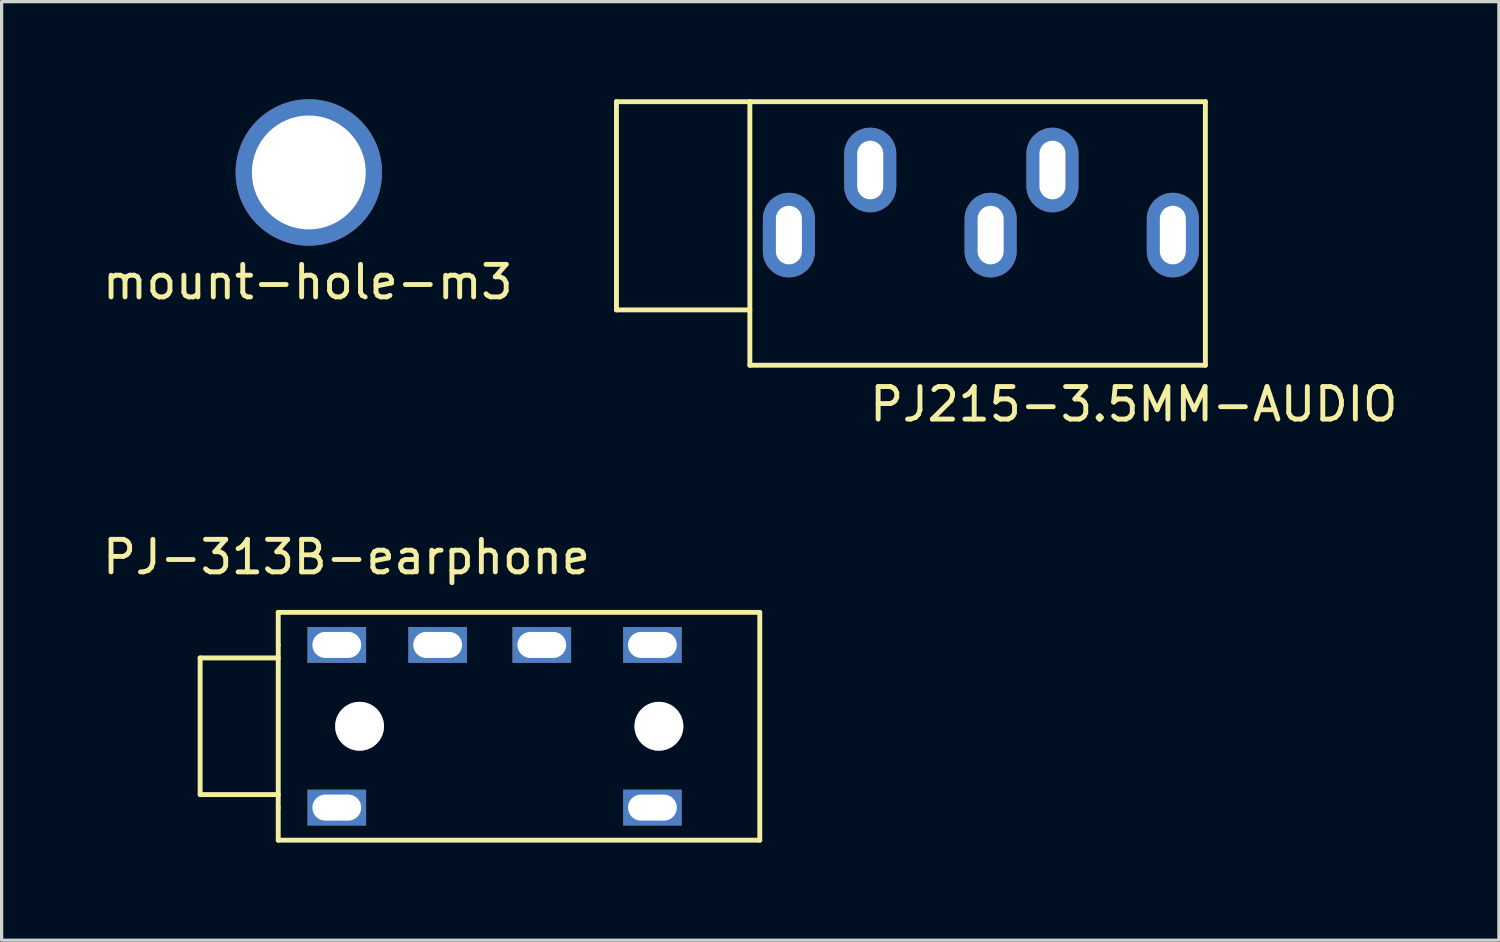
<source format=kicad_pcb>
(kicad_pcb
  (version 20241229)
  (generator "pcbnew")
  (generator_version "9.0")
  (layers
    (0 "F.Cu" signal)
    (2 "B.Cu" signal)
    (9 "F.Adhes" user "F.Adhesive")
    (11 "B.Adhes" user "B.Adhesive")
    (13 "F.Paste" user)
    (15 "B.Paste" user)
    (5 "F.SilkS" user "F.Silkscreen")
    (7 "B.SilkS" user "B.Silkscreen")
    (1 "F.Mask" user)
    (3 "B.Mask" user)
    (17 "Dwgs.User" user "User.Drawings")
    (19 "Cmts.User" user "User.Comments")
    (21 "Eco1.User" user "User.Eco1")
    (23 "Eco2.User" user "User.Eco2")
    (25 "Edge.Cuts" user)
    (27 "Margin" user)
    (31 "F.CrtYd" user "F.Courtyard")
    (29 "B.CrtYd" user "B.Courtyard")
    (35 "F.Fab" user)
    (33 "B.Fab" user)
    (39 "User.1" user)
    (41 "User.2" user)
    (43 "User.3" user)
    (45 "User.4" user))
  (footprint "PJ-313B-earphone"
    (layer "F.Cu")
    (at 7.301 16.771)
    (property "Reference" "PJ-313B-earphone" (at 0.3 -2.7 0) (layer "F.SilkS") (effects (font (size 1 1) (thickness 0.15))))
    (attr through_hole)
    (fp_line (start -4.2 0.4) (end -4.2 4.6) (stroke (width 0.15) (type solid)) (layer "F.SilkS"))
    (fp_line (start -4.2 4.6) (end -1.8 4.6) (stroke (width 0.15) (type solid)) (layer "F.SilkS"))
    (fp_line (start -1.8 -1) (end 13 -1) (stroke (width 0.15) (type solid)) (layer "F.SilkS"))
    (fp_line (start -1.8 0) (end -1.8 -1) (stroke (width 0.15) (type solid)) (layer "F.SilkS"))
    (fp_line (start -1.8 0) (end -1.8 5) (stroke (width 0.15) (type solid)) (layer "F.SilkS"))
    (fp_line (start -1.8 0.4) (end -4.2 0.4) (stroke (width 0.15) (type solid)) (layer "F.SilkS"))
    (fp_line (start -1.8 6) (end -1.8 5) (stroke (width 0.15) (type solid)) (layer "F.SilkS"))
    (fp_line (start 13 -1) (end 13 6) (stroke (width 0.15) (type solid)) (layer "F.SilkS"))
    (fp_line (start 13 6) (end -1.8 6) (stroke (width 0.15) (type solid)) (layer "F.SilkS"))
    (pad "0" thru_hole circle (at 0.7 2.5) (size 1.5 1.5) (drill 1.5) (layers "*.Cu" "*.Mask"))
    (pad "0" thru_hole circle (at 9.9 2.5) (size 1.5 1.5) (drill 1.5) (layers "*.Cu" "*.Mask"))
    (pad "1" thru_hole rect (at 9.7 0) (size 1.8 1.1) (drill oval 1.5 0.8) (layers "*.Cu" "*.Mask"))
    (pad "1" thru_hole rect (at 9.7 5) (size 1.8 1.1) (drill oval 1.5 0.8) (layers "*.Cu" "*.Mask"))
    (pad "2" thru_hole rect (at 6.3 0) (size 1.8 1.1) (drill oval 1.5 0.8) (layers "*.Cu" "*.Mask"))
    (pad "3" thru_hole rect (at 3.1 0) (size 1.8 1.1) (drill oval 1.5 0.8) (layers "*.Cu" "*.Mask"))
    (pad "4" thru_hole rect (at 0 0) (size 1.8 1.1) (drill oval 1.5 0.8) (layers "*.Cu" "*.Mask"))
    (pad "4" thru_hole rect (at 0 5) (size 1.8 1.1) (drill oval 1.5 0.8) (layers "*.Cu" "*.Mask")))
  (footprint "mount-hole-m3"
    (layer "F.Cu")
    (at 6.431 2.25)
    (property "Reference" "mount-hole-m3" (at -0.02 3.37 0) (layer "F.SilkS") (effects (font (size 1 1) (thickness 0.15))))
    (attr through_hole)
    (pad "1" thru_hole circle (at 0.01 0) (size 4.5 4.5) (drill 3.5) (layers "*.Cu" "*.Mask")))
  (footprint "PJ215-3.5MM-AUDIO"
    (layer "F.Cu")
    (at 21.196 4.175)
    (property "Reference" "PJ215-3.5MM-AUDIO" (at 10.6 5.2 0) (layer "F.SilkS") (effects (font (size 1 1) (thickness 0.15))))
    (attr through_hole)
    (fp_line (start -5.3 -4.1) (end -1.2 -4.1) (stroke (width 0.15) (type solid)) (layer "F.SilkS"))
    (fp_line (start -5.3 2.3) (end -5.3 -4.1) (stroke (width 0.15) (type solid)) (layer "F.SilkS"))
    (fp_line (start -1.2 -4.1) (end -1.2 4) (stroke (width 0.15) (type solid)) (layer "F.SilkS"))
    (fp_line (start -1.2 2.3) (end -5.3 2.3) (stroke (width 0.15) (type solid)) (layer "F.SilkS"))
    (fp_line (start -1.2 4) (end 12.8 4) (stroke (width 0.15) (type solid)) (layer "F.SilkS"))
    (fp_line (start 12.8 -4.1) (end -1.2 -4.1) (stroke (width 0.15) (type solid)) (layer "F.SilkS"))
    (fp_line (start 12.8 4) (end 12.8 -4.1) (stroke (width 0.15) (type solid)) (layer "F.SilkS"))
    (pad "1" thru_hole oval (at 2.5 -2) (size 1.6 2.6) (drill oval 0.8 1.8) (layers "*.Cu" "*.Mask"))
    (pad "2" thru_hole oval (at 8.1 -2) (size 1.6 2.6) (drill oval 0.8 1.8) (layers "*.Cu" "*.Mask"))
    (pad "3" thru_hole oval (at 0 0) (size 1.6 2.6) (drill oval 0.8 1.8) (layers "*.Cu" "*.Mask"))
    (pad "4" thru_hole oval (at 6.2 0) (size 1.6 2.6) (drill oval 0.8 1.8) (layers "*.Cu" "*.Mask"))
    (pad "5" thru_hole oval (at 11.8 0) (size 1.6 2.6) (drill oval 0.8 1.8) (layers "*.Cu" "*.Mask")))
  (gr_rect
    (start -3 -3)
    (end 43.017 25.846)
    (stroke (width 0.1) (type default))
    (fill no)
    (layer "Edge.Cuts")))
</source>
